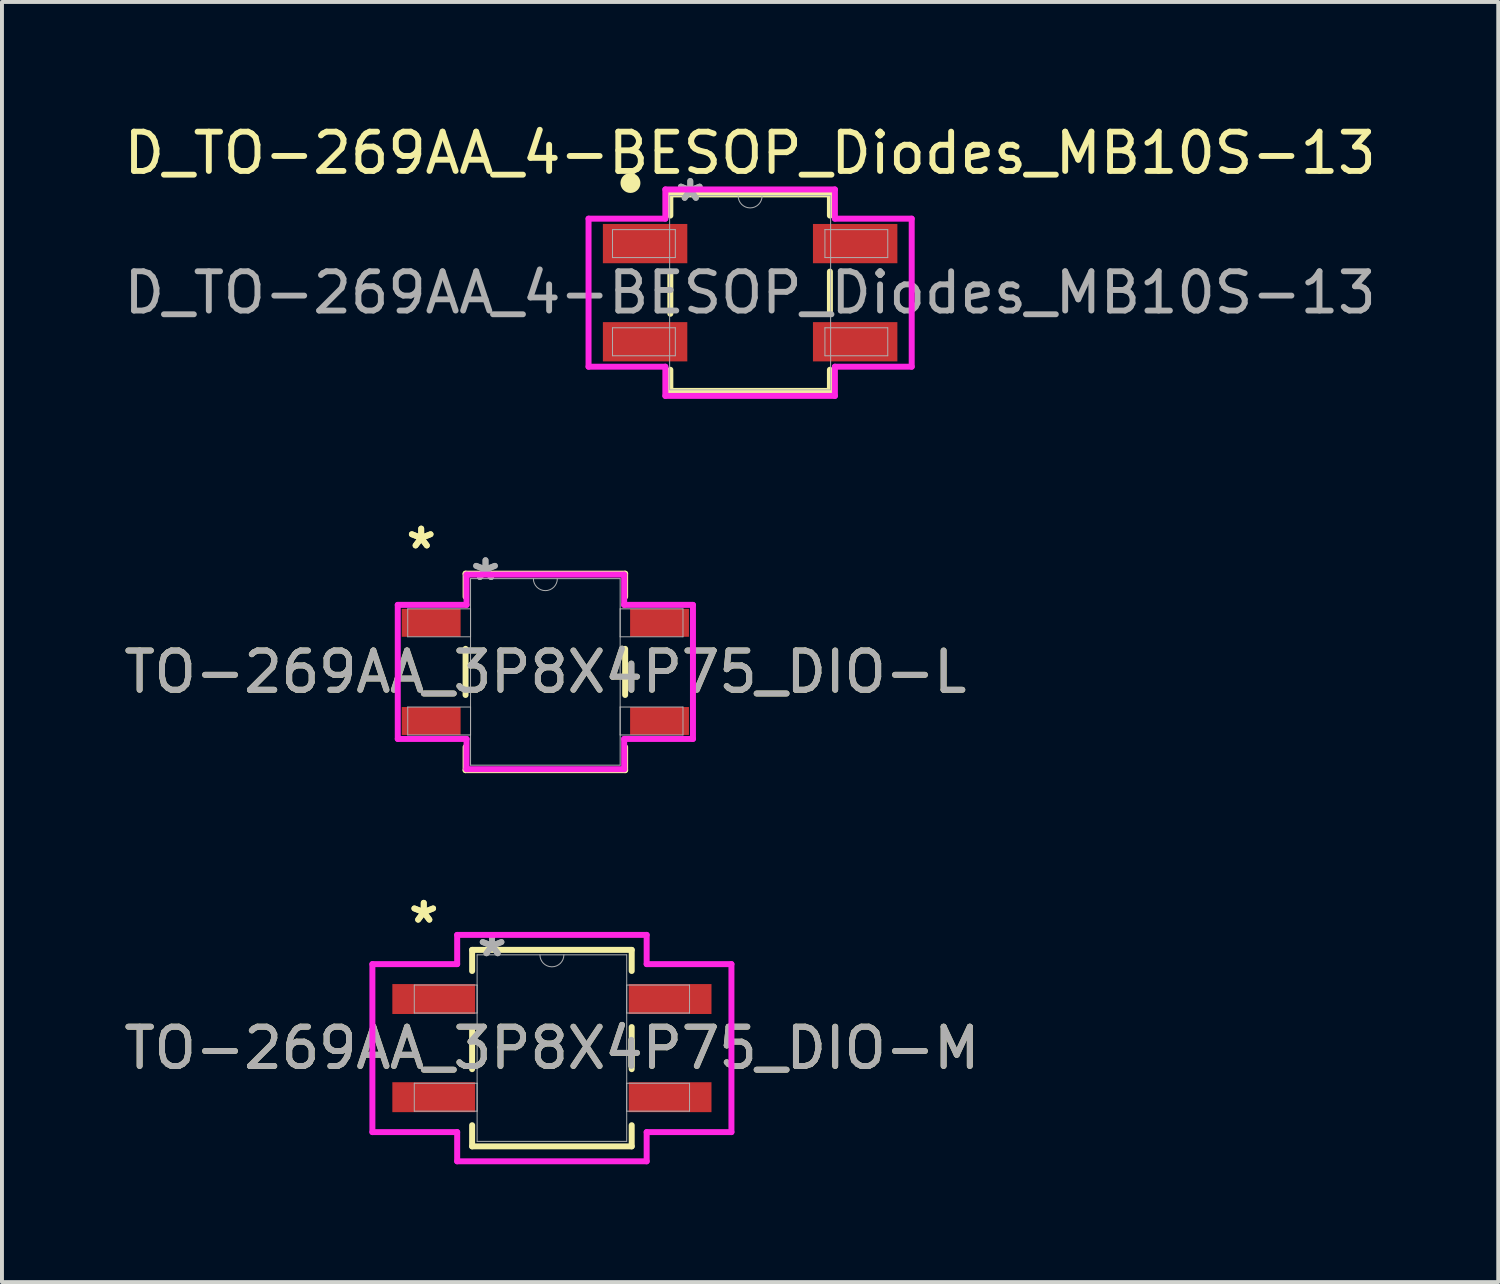
<source format=kicad_pcb>
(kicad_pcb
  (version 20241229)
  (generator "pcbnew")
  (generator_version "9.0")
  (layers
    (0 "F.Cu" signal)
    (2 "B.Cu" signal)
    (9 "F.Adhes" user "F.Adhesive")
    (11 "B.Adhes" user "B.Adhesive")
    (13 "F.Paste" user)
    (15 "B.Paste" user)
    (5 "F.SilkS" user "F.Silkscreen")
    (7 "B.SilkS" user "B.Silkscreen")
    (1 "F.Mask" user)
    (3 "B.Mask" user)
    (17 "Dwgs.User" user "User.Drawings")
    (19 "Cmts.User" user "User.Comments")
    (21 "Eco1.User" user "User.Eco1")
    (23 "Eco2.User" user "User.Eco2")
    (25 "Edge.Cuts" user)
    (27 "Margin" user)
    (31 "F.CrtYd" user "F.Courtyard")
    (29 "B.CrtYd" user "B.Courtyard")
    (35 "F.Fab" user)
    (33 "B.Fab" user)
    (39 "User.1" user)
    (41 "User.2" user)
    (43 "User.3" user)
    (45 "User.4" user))
  (footprint "D_TO-269AA_4-BESOP_Diodes_MB10S-13"
    (layer "F.Cu")
    (at 16.054 4.404)
    (property "Reference" "D_TO-269AA_4-BESOP_Diodes_MB10S-13" (at 0 -3.556 0) (unlocked yes) (layer "F.SilkS") (effects (font (size 1 1) (thickness 0.15))))
    (attr smd)
    (fp_line (start -2.032 -2.502) (end -2.032 -1.963) (stroke (width 0.152) (type solid)) (layer "F.SilkS"))
    (fp_line (start -2.032 -0.537) (end -2.032 0.537) (stroke (width 0.152) (type solid)) (layer "F.SilkS"))
    (fp_line (start -2.032 1.963) (end -2.032 2.502) (stroke (width 0.152) (type solid)) (layer "F.SilkS"))
    (fp_line (start -2.032 2.502) (end 2.032 2.502) (stroke (width 0.152) (type solid)) (layer "F.SilkS"))
    (fp_line (start 2.032 -2.502) (end -2.032 -2.502) (stroke (width 0.152) (type solid)) (layer "F.SilkS"))
    (fp_line (start 2.032 -1.963) (end 2.032 -2.502) (stroke (width 0.152) (type solid)) (layer "F.SilkS"))
    (fp_line (start 2.032 0.537) (end 2.032 -0.537) (stroke (width 0.152) (type solid)) (layer "F.SilkS"))
    (fp_line (start 2.032 2.502) (end 2.032 1.963) (stroke (width 0.152) (type solid)) (layer "F.SilkS"))
    (fp_circle (center -3.048 -2.794) (end -2.794 -2.794) (stroke (width 0) (type solid)) (fill yes) (layer "F.SilkS"))
    (fp_line (start -4.115 -1.885) (end -2.159 -1.885) (stroke (width 0.152) (type solid)) (layer "F.CrtYd"))
    (fp_line (start -4.115 1.885) (end -4.115 -1.885) (stroke (width 0.152) (type solid)) (layer "F.CrtYd"))
    (fp_line (start -4.115 1.885) (end -2.159 1.885) (stroke (width 0.152) (type solid)) (layer "F.CrtYd"))
    (fp_line (start -2.159 -2.629) (end 2.159 -2.629) (stroke (width 0.152) (type solid)) (layer "F.CrtYd"))
    (fp_line (start -2.159 -1.885) (end -2.159 -2.629) (stroke (width 0.152) (type solid)) (layer "F.CrtYd"))
    (fp_line (start -2.159 2.629) (end -2.159 1.885) (stroke (width 0.152) (type solid)) (layer "F.CrtYd"))
    (fp_line (start 2.159 -2.629) (end 2.159 -1.885) (stroke (width 0.152) (type solid)) (layer "F.CrtYd"))
    (fp_line (start 2.159 1.885) (end 2.159 2.629) (stroke (width 0.152) (type solid)) (layer "F.CrtYd"))
    (fp_line (start 2.159 2.629) (end -2.159 2.629) (stroke (width 0.152) (type solid)) (layer "F.CrtYd"))
    (fp_line (start 4.115 -1.885) (end 2.159 -1.885) (stroke (width 0.152) (type solid)) (layer "F.CrtYd"))
    (fp_line (start 4.115 -1.885) (end 4.115 1.885) (stroke (width 0.152) (type solid)) (layer "F.CrtYd"))
    (fp_line (start 4.115 1.885) (end 2.159 1.885) (stroke (width 0.152) (type solid)) (layer "F.CrtYd"))
    (fp_line (start -3.505 -1.606) (end -3.505 -0.894) (stroke (width 0.025) (type solid)) (layer "F.Fab"))
    (fp_line (start -3.505 -0.894) (end -1.905 -0.894) (stroke (width 0.025) (type solid)) (layer "F.Fab"))
    (fp_line (start -3.505 0.894) (end -3.505 1.606) (stroke (width 0.025) (type solid)) (layer "F.Fab"))
    (fp_line (start -3.505 1.606) (end -1.905 1.606) (stroke (width 0.025) (type solid)) (layer "F.Fab"))
    (fp_line (start -1.905 -1.606) (end -3.505 -1.606) (stroke (width 0.025) (type solid)) (layer "F.Fab"))
    (fp_line (start -1.905 -0.894) (end -1.905 -1.606) (stroke (width 0.025) (type solid)) (layer "F.Fab"))
    (fp_line (start -1.905 0.894) (end -3.505 0.894) (stroke (width 0.025) (type solid)) (layer "F.Fab"))
    (fp_line (start -1.905 1.606) (end -1.905 0.894) (stroke (width 0.025) (type solid)) (layer "F.Fab"))
    (fp_line (start 1.905 -1.606) (end 1.905 -0.894) (stroke (width 0.025) (type solid)) (layer "F.Fab"))
    (fp_line (start 1.905 -0.894) (end 3.505 -0.894) (stroke (width 0.025) (type solid)) (layer "F.Fab"))
    (fp_line (start 1.905 0.894) (end 1.905 1.606) (stroke (width 0.025) (type solid)) (layer "F.Fab"))
    (fp_line (start 1.905 1.606) (end 3.505 1.606) (stroke (width 0.025) (type solid)) (layer "F.Fab"))
    (fp_line (start 3.505 -1.606) (end 1.905 -1.606) (stroke (width 0.025) (type solid)) (layer "F.Fab"))
    (fp_line (start 3.505 -0.894) (end 3.505 -1.606) (stroke (width 0.025) (type solid)) (layer "F.Fab"))
    (fp_line (start 3.505 0.894) (end 1.905 0.894) (stroke (width 0.025) (type solid)) (layer "F.Fab"))
    (fp_line (start 3.505 1.606) (end 3.505 0.894) (stroke (width 0.025) (type solid)) (layer "F.Fab"))
    (fp_rect (start -2.05 -2.475) (end 2.05 2.475) (stroke (width 0.025) (type solid)) (fill no) (layer "F.Fab"))
    (fp_arc (start 0.3048 -2.4638) (mid 0 -2.159) (end -0.3048 -2.4638) (stroke (width 0.0254) (type solid)) (layer "F.Fab"))
    (fp_text user "${REFERENCE}" (at 0 0 0) (unlocked yes) (layer "F.Fab") (effects (font (size 1 1) (thickness 0.15))))
    (fp_text user "*" (at -1.524 -2.299 0) (layer "F.Fab") (effects (font (size 1 1) (thickness 0.15))))
    (fp_text user "*" (at -1.524 -2.299 0) (unlocked yes) (layer "F.Fab") (effects (font (size 1 1) (thickness 0.15))))
    (pad "" smd rect (at -2.675 -1.25) (size 1.613 0.75) (layers "F.Paste"))
    (pad "" smd rect (at -2.675 1.25) (size 1.613 0.75) (layers "F.Paste"))
    (pad "" smd rect (at 2.675 -1.25) (size 1.613 0.75) (layers "F.Paste"))
    (pad "" smd rect (at 2.675 1.25) (size 1.613 0.75) (layers "F.Paste"))
    (pad "1" smd rect (at -2.675 -1.25) (size 2.15 1) (layers "F.Cu" "F.Mask"))
    (pad "2" smd rect (at 2.675 -1.25) (size 2.15 1) (layers "F.Cu" "F.Mask"))
    (pad "3" smd rect (at -2.675 1.25) (size 2.15 1) (layers "F.Cu" "F.Mask"))
    (pad "4" smd rect (at 2.675 1.25) (size 2.15 1) (layers "F.Cu" "F.Mask")))
  (footprint "TO-269AA_3P8X4P75_DIO-M"
    (layer "F.Cu")
    (at 11.006 23.643)
    (property "Reference" "TO-269AA_3P8X4P75_DIO-M" (at 0 0 0) (unlocked yes) (layer "F.SilkS") (effects (font (size 1 1) (thickness 0.15))))
    (attr smd)
    (fp_line (start -2.032 -2.502) (end -2.032 -1.964) (stroke (width 0.152) (type solid)) (layer "F.SilkS"))
    (fp_line (start -2.032 -0.536) (end -2.032 0.536) (stroke (width 0.152) (type solid)) (layer "F.SilkS"))
    (fp_line (start -2.032 1.964) (end -2.032 2.502) (stroke (width 0.152) (type solid)) (layer "F.SilkS"))
    (fp_line (start -2.032 2.502) (end 2.032 2.502) (stroke (width 0.152) (type solid)) (layer "F.SilkS"))
    (fp_line (start 2.032 -2.502) (end -2.032 -2.502) (stroke (width 0.152) (type solid)) (layer "F.SilkS"))
    (fp_line (start 2.032 -1.964) (end 2.032 -2.502) (stroke (width 0.152) (type solid)) (layer "F.SilkS"))
    (fp_line (start 2.032 0.536) (end 2.032 -0.536) (stroke (width 0.152) (type solid)) (layer "F.SilkS"))
    (fp_line (start 2.032 2.502) (end 2.032 1.964) (stroke (width 0.152) (type solid)) (layer "F.SilkS"))
    (fp_line (start -4.572 -2.139) (end -2.413 -2.139) (stroke (width 0.152) (type solid)) (layer "F.CrtYd"))
    (fp_line (start -4.572 2.139) (end -4.572 -2.139) (stroke (width 0.152) (type solid)) (layer "F.CrtYd"))
    (fp_line (start -4.572 2.139) (end -2.413 2.139) (stroke (width 0.152) (type solid)) (layer "F.CrtYd"))
    (fp_line (start -2.413 -2.883) (end 2.413 -2.883) (stroke (width 0.152) (type solid)) (layer "F.CrtYd"))
    (fp_line (start -2.413 -2.139) (end -2.413 -2.883) (stroke (width 0.152) (type solid)) (layer "F.CrtYd"))
    (fp_line (start -2.413 2.883) (end -2.413 2.139) (stroke (width 0.152) (type solid)) (layer "F.CrtYd"))
    (fp_line (start 2.413 -2.883) (end 2.413 -2.139) (stroke (width 0.152) (type solid)) (layer "F.CrtYd"))
    (fp_line (start 2.413 2.139) (end 2.413 2.883) (stroke (width 0.152) (type solid)) (layer "F.CrtYd"))
    (fp_line (start 2.413 2.883) (end -2.413 2.883) (stroke (width 0.152) (type solid)) (layer "F.CrtYd"))
    (fp_line (start 4.572 -2.139) (end 2.413 -2.139) (stroke (width 0.152) (type solid)) (layer "F.CrtYd"))
    (fp_line (start 4.572 -2.139) (end 4.572 2.139) (stroke (width 0.152) (type solid)) (layer "F.CrtYd"))
    (fp_line (start 4.572 2.139) (end 2.413 2.139) (stroke (width 0.152) (type solid)) (layer "F.CrtYd"))
    (fp_line (start -3.505 -1.606) (end -3.505 -0.894) (stroke (width 0.025) (type solid)) (layer "F.Fab"))
    (fp_line (start -3.505 -0.894) (end -1.905 -0.894) (stroke (width 0.025) (type solid)) (layer "F.Fab"))
    (fp_line (start -3.505 0.894) (end -3.505 1.606) (stroke (width 0.025) (type solid)) (layer "F.Fab"))
    (fp_line (start -3.505 1.606) (end -1.905 1.606) (stroke (width 0.025) (type solid)) (layer "F.Fab"))
    (fp_line (start -1.905 -2.375) (end -1.905 2.375) (stroke (width 0.025) (type solid)) (layer "F.Fab"))
    (fp_line (start -1.905 -1.606) (end -3.505 -1.606) (stroke (width 0.025) (type solid)) (layer "F.Fab"))
    (fp_line (start -1.905 -0.894) (end -1.905 -1.606) (stroke (width 0.025) (type solid)) (layer "F.Fab"))
    (fp_line (start -1.905 0.894) (end -3.505 0.894) (stroke (width 0.025) (type solid)) (layer "F.Fab"))
    (fp_line (start -1.905 1.606) (end -1.905 0.894) (stroke (width 0.025) (type solid)) (layer "F.Fab"))
    (fp_line (start -1.905 2.375) (end 1.905 2.375) (stroke (width 0.025) (type solid)) (layer "F.Fab"))
    (fp_line (start 1.905 -2.375) (end -1.905 -2.375) (stroke (width 0.025) (type solid)) (layer "F.Fab"))
    (fp_line (start 1.905 -1.606) (end 1.905 -0.894) (stroke (width 0.025) (type solid)) (layer "F.Fab"))
    (fp_line (start 1.905 -0.894) (end 3.505 -0.894) (stroke (width 0.025) (type solid)) (layer "F.Fab"))
    (fp_line (start 1.905 0.894) (end 1.905 1.606) (stroke (width 0.025) (type solid)) (layer "F.Fab"))
    (fp_line (start 1.905 1.606) (end 3.505 1.606) (stroke (width 0.025) (type solid)) (layer "F.Fab"))
    (fp_line (start 1.905 2.375) (end 1.905 -2.375) (stroke (width 0.025) (type solid)) (layer "F.Fab"))
    (fp_line (start 3.505 -1.606) (end 1.905 -1.606) (stroke (width 0.025) (type solid)) (layer "F.Fab"))
    (fp_line (start 3.505 -0.894) (end 3.505 -1.606) (stroke (width 0.025) (type solid)) (layer "F.Fab"))
    (fp_line (start 3.505 0.894) (end 1.905 0.894) (stroke (width 0.025) (type solid)) (layer "F.Fab"))
    (fp_line (start 3.505 1.606) (end 3.505 0.894) (stroke (width 0.025) (type solid)) (layer "F.Fab"))
    (fp_arc (start 0.3048 -2.3749) (mid 0 -2.0701) (end -0.3048 -2.3749) (stroke (width 0.0254) (type solid)) (layer "F.Fab"))
    (fp_text user "*" (at -3.264 -3.155 0) (unlocked yes) (layer "F.SilkS") (effects (font (size 1 1) (thickness 0.15))))
    (fp_text user "*" (at -3.264 -3.155 0) (layer "F.SilkS") (effects (font (size 1 1) (thickness 0.15))))
    (fp_text user "*" (at -1.524 -2.299 0) (layer "F.Fab") (effects (font (size 1 1) (thickness 0.15))))
    (fp_text user "${REFERENCE}" (at 0 0 0) (unlocked yes) (layer "F.Fab") (effects (font (size 1 1) (thickness 0.15))))
    (fp_text user "*" (at -1.524 -2.299 0) (unlocked yes) (layer "F.Fab") (effects (font (size 1 1) (thickness 0.15))))
    (pad "1" smd rect (at -3.01 -1.25) (size 2.108 0.762) (layers "F.Cu" "F.Mask" "F.Paste"))
    (pad "2" smd rect (at -3.01 1.25) (size 2.108 0.762) (layers "F.Cu" "F.Mask" "F.Paste"))
    (pad "3" smd rect (at 3.01 1.25) (size 2.108 0.762) (layers "F.Cu" "F.Mask" "F.Paste"))
    (pad "4" smd rect (at 3.01 -1.25) (size 2.108 0.762) (layers "F.Cu" "F.Mask" "F.Paste")))
  (footprint "TO-269AA_3P8X4P75_DIO-L"
    (layer "F.Cu")
    (at 10.839 14.062)
    (property "Reference" "TO-269AA_3P8X4P75_DIO-L" (at 0 0 0) (unlocked yes) (layer "F.SilkS") (effects (font (size 1 1) (thickness 0.15))))
    (attr smd)
    (fp_line (start -2.032 -2.502) (end -2.032 -1.913) (stroke (width 0.152) (type solid)) (layer "F.SilkS"))
    (fp_line (start -2.032 -0.587) (end -2.032 0.587) (stroke (width 0.152) (type solid)) (layer "F.SilkS"))
    (fp_line (start -2.032 1.913) (end -2.032 2.502) (stroke (width 0.152) (type solid)) (layer "F.SilkS"))
    (fp_line (start -2.032 2.502) (end 2.032 2.502) (stroke (width 0.152) (type solid)) (layer "F.SilkS"))
    (fp_line (start 2.032 -2.502) (end -2.032 -2.502) (stroke (width 0.152) (type solid)) (layer "F.SilkS"))
    (fp_line (start 2.032 -1.913) (end 2.032 -2.502) (stroke (width 0.152) (type solid)) (layer "F.SilkS"))
    (fp_line (start 2.032 0.587) (end 2.032 -0.587) (stroke (width 0.152) (type solid)) (layer "F.SilkS"))
    (fp_line (start 2.032 2.502) (end 2.032 1.913) (stroke (width 0.152) (type solid)) (layer "F.SilkS"))
    (fp_line (start -3.759 -1.707) (end -2.007 -1.707) (stroke (width 0.152) (type solid)) (layer "F.CrtYd"))
    (fp_line (start -3.759 1.707) (end -3.759 -1.707) (stroke (width 0.152) (type solid)) (layer "F.CrtYd"))
    (fp_line (start -3.759 1.707) (end -2.007 1.707) (stroke (width 0.152) (type solid)) (layer "F.CrtYd"))
    (fp_line (start -2.007 -2.477) (end 2.007 -2.477) (stroke (width 0.152) (type solid)) (layer "F.CrtYd"))
    (fp_line (start -2.007 -1.707) (end -2.007 -2.477) (stroke (width 0.152) (type solid)) (layer "F.CrtYd"))
    (fp_line (start -2.007 2.477) (end -2.007 1.707) (stroke (width 0.152) (type solid)) (layer "F.CrtYd"))
    (fp_line (start 2.007 -2.477) (end 2.007 -1.707) (stroke (width 0.152) (type solid)) (layer "F.CrtYd"))
    (fp_line (start 2.007 1.707) (end 2.007 2.477) (stroke (width 0.152) (type solid)) (layer "F.CrtYd"))
    (fp_line (start 2.007 2.477) (end -2.007 2.477) (stroke (width 0.152) (type solid)) (layer "F.CrtYd"))
    (fp_line (start 3.759 -1.707) (end 2.007 -1.707) (stroke (width 0.152) (type solid)) (layer "F.CrtYd"))
    (fp_line (start 3.759 -1.707) (end 3.759 1.707) (stroke (width 0.152) (type solid)) (layer "F.CrtYd"))
    (fp_line (start 3.759 1.707) (end 2.007 1.707) (stroke (width 0.152) (type solid)) (layer "F.CrtYd"))
    (fp_line (start -3.505 -1.606) (end -3.505 -0.894) (stroke (width 0.025) (type solid)) (layer "F.Fab"))
    (fp_line (start -3.505 -0.894) (end -1.905 -0.894) (stroke (width 0.025) (type solid)) (layer "F.Fab"))
    (fp_line (start -3.505 0.894) (end -3.505 1.606) (stroke (width 0.025) (type solid)) (layer "F.Fab"))
    (fp_line (start -3.505 1.606) (end -1.905 1.606) (stroke (width 0.025) (type solid)) (layer "F.Fab"))
    (fp_line (start -1.905 -2.375) (end -1.905 2.375) (stroke (width 0.025) (type solid)) (layer "F.Fab"))
    (fp_line (start -1.905 -1.606) (end -3.505 -1.606) (stroke (width 0.025) (type solid)) (layer "F.Fab"))
    (fp_line (start -1.905 -0.894) (end -1.905 -1.606) (stroke (width 0.025) (type solid)) (layer "F.Fab"))
    (fp_line (start -1.905 0.894) (end -3.505 0.894) (stroke (width 0.025) (type solid)) (layer "F.Fab"))
    (fp_line (start -1.905 1.606) (end -1.905 0.894) (stroke (width 0.025) (type solid)) (layer "F.Fab"))
    (fp_line (start -1.905 2.375) (end 1.905 2.375) (stroke (width 0.025) (type solid)) (layer "F.Fab"))
    (fp_line (start 1.905 -2.375) (end -1.905 -2.375) (stroke (width 0.025) (type solid)) (layer "F.Fab"))
    (fp_line (start 1.905 -1.606) (end 1.905 -0.894) (stroke (width 0.025) (type solid)) (layer "F.Fab"))
    (fp_line (start 1.905 -0.894) (end 3.505 -0.894) (stroke (width 0.025) (type solid)) (layer "F.Fab"))
    (fp_line (start 1.905 0.894) (end 1.905 1.606) (stroke (width 0.025) (type solid)) (layer "F.Fab"))
    (fp_line (start 1.905 1.606) (end 3.505 1.606) (stroke (width 0.025) (type solid)) (layer "F.Fab"))
    (fp_line (start 1.905 2.375) (end 1.905 -2.375) (stroke (width 0.025) (type solid)) (layer "F.Fab"))
    (fp_line (start 3.505 -1.606) (end 1.905 -1.606) (stroke (width 0.025) (type solid)) (layer "F.Fab"))
    (fp_line (start 3.505 -0.894) (end 3.505 -1.606) (stroke (width 0.025) (type solid)) (layer "F.Fab"))
    (fp_line (start 3.505 0.894) (end 1.905 0.894) (stroke (width 0.025) (type solid)) (layer "F.Fab"))
    (fp_line (start 3.505 1.606) (end 3.505 0.894) (stroke (width 0.025) (type solid)) (layer "F.Fab"))
    (fp_arc (start 0.3048 -2.3749) (mid 0 -2.0701) (end -0.3048 -2.3749) (stroke (width 0.0254) (type solid)) (layer "F.Fab"))
    (fp_text user "*" (at -3.162 -3.104 0) (layer "F.SilkS") (effects (font (size 1 1) (thickness 0.15))))
    (fp_text user "*" (at -3.162 -3.104 0) (unlocked yes) (layer "F.SilkS") (effects (font (size 1 1) (thickness 0.15))))
    (fp_text user "*" (at -1.524 -2.299 0) (layer "F.Fab") (effects (font (size 1 1) (thickness 0.15))))
    (fp_text user "${REFERENCE}" (at 0 0 0) (unlocked yes) (layer "F.Fab") (effects (font (size 1 1) (thickness 0.15))))
    (fp_text user "*" (at -1.524 -2.299 0) (unlocked yes) (layer "F.Fab") (effects (font (size 1 1) (thickness 0.15))))
    (pad "1" smd rect (at -2.908 -1.25) (size 1.499 0.711) (layers "F.Cu" "F.Mask" "F.Paste"))
    (pad "2" smd rect (at -2.908 1.25) (size 1.499 0.711) (layers "F.Cu" "F.Mask" "F.Paste"))
    (pad "3" smd rect (at 2.908 1.25) (size 1.499 0.711) (layers "F.Cu" "F.Mask" "F.Paste"))
    (pad "4" smd rect (at 2.908 -1.25) (size 1.499 0.711) (layers "F.Cu" "F.Mask" "F.Paste")))
  (gr_rect
    (start -3 -3)
    (end 35.107 29.602)
    (stroke (width 0.1) (type default))
    (fill no)
    (layer "Edge.Cuts")))
</source>
